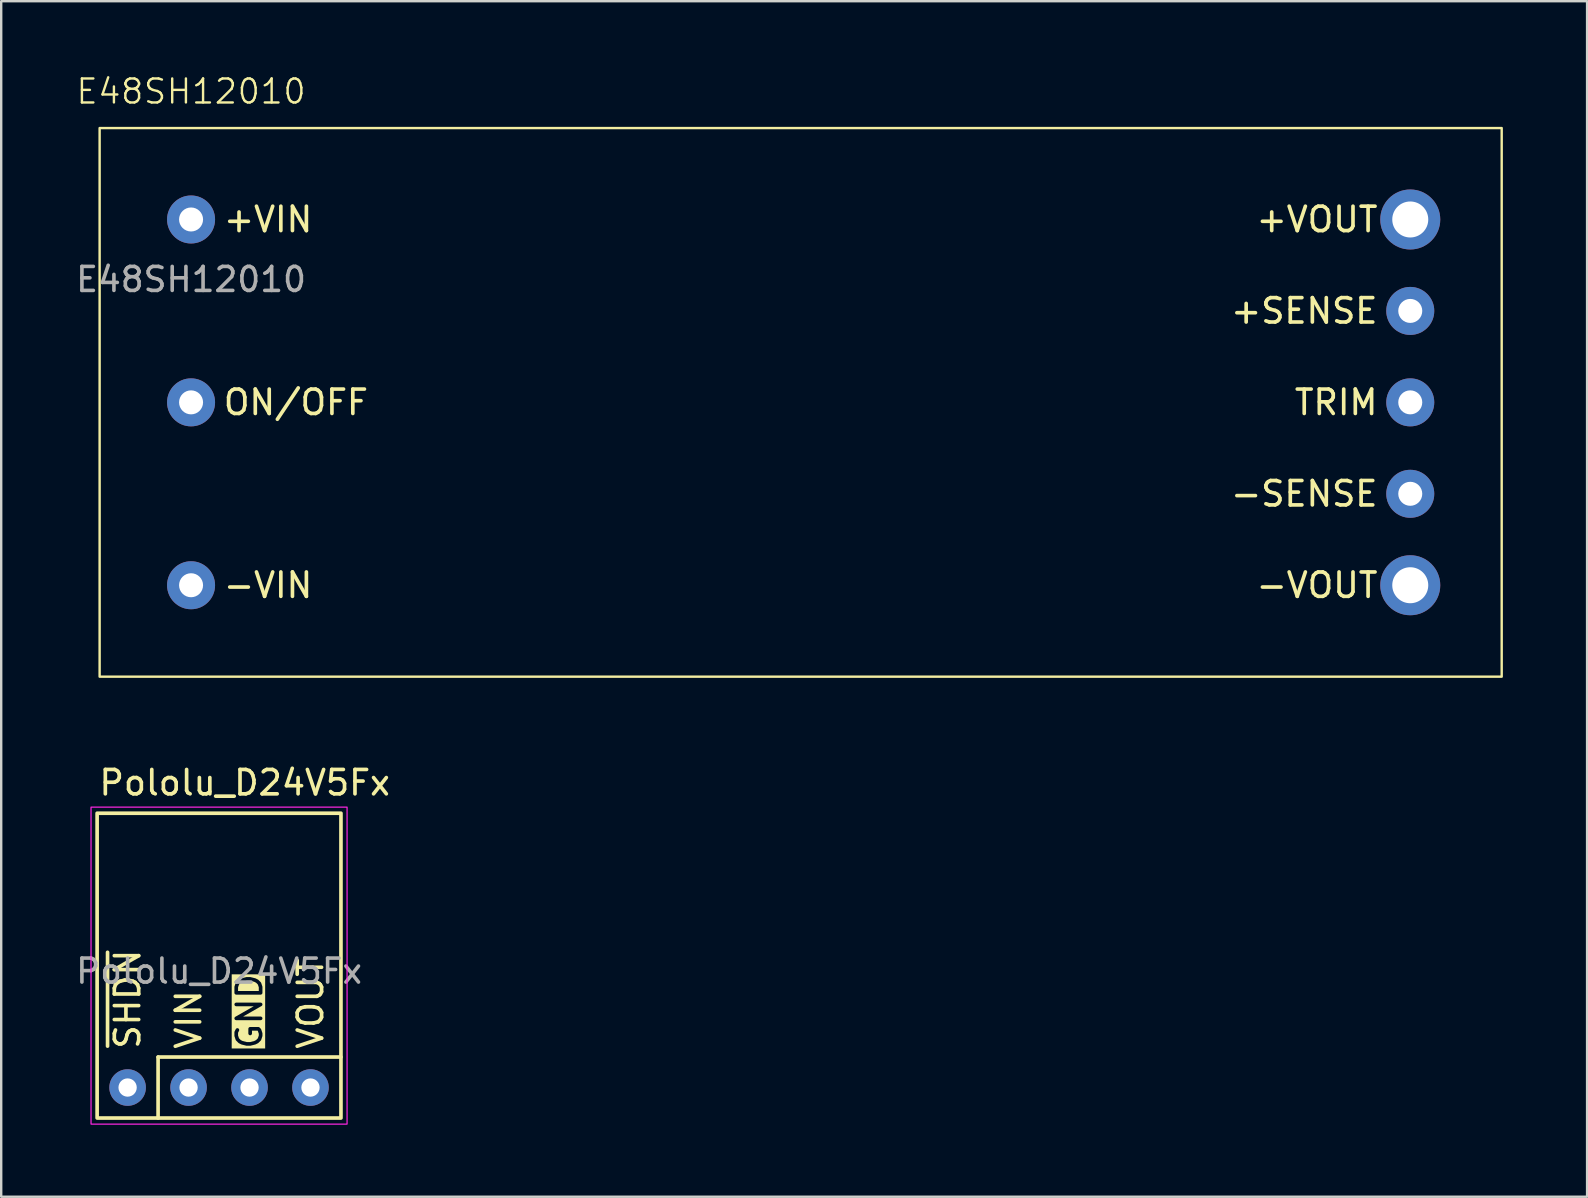
<source format=kicad_pcb>
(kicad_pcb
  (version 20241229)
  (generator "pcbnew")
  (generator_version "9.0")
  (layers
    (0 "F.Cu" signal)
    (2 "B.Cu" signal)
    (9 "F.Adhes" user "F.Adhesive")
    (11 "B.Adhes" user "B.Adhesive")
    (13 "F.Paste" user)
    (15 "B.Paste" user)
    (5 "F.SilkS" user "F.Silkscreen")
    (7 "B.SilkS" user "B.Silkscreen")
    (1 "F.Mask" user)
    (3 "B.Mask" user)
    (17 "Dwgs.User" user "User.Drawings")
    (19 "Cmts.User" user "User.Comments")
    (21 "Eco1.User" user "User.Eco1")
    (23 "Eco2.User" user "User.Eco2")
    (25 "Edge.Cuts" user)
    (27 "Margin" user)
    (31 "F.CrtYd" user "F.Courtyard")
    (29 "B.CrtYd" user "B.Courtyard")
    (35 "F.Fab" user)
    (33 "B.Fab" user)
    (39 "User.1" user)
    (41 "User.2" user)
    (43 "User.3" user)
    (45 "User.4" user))
  (footprint "E48SH12010"
    (layer "F.Cu")
    (at 4.911 6.095)
    (property "Reference" "E48SH12010" (at 0 -5.334 0) (unlocked yes) (layer "F.SilkS") (effects (font (size 1 1) (thickness 0.1))))
    (attr through_hole)
    (fp_rect (start -3.81 -3.81) (end 54.61 19.05) (stroke (width 0.1) (type default)) (fill no) (layer "F.SilkS"))
    (fp_rect (start -4.318 -4.318) (end 55.118 19.558) (stroke (width 0.1) (type default)) (fill no) (layer "Margin"))
    (fp_text user "-VOUT" (at 49.53 15.24 0) (unlocked yes) (layer "F.SilkS") (effects (font (size 1.016 1.016) (thickness 0.152)) (justify right)))
    (fp_text user "-VIN" (at 1.27 15.24 0) (unlocked yes) (layer "F.SilkS") (effects (font (size 1.016 1.016) (thickness 0.152)) (justify left)))
    (fp_text user "+SENSE" (at 49.53 3.81 0) (unlocked yes) (layer "F.SilkS") (effects (font (size 1.016 1.016) (thickness 0.152)) (justify right)))
    (fp_text user "+VOUT" (at 49.53 0 0) (unlocked yes) (layer "F.SilkS") (effects (font (size 1.016 1.016) (thickness 0.152)) (justify right)))
    (fp_text user "-SENSE" (at 49.53 11.43 0) (unlocked yes) (layer "F.SilkS") (effects (font (size 1.016 1.016) (thickness 0.152)) (justify right)))
    (fp_text user "TRIM" (at 49.53 7.62 0) (unlocked yes) (layer "F.SilkS") (effects (font (size 1.016 1.016) (thickness 0.152)) (justify right)))
    (fp_text user "ON/OFF" (at 1.27 7.62 0) (unlocked yes) (layer "F.SilkS") (effects (font (size 1.016 1.016) (thickness 0.152)) (justify left)))
    (fp_text user "+VIN" (at 1.27 0 0) (unlocked yes) (layer "F.SilkS") (effects (font (size 1.016 1.016) (thickness 0.152)) (justify left)))
    (fp_text user "${REFERENCE}" (at 0 2.5 0) (unlocked yes) (layer "F.Fab") (effects (font (size 1 1) (thickness 0.15))))
    (pad "1" thru_hole circle (at 0 0) (size 2 2) (drill 1) (layers "*.Cu" "*.Mask"))
    (pad "2" thru_hole circle (at 0 7.62) (size 2 2) (drill 1) (layers "*.Cu" "*.Mask"))
    (pad "3" thru_hole circle (at 0 15.24) (size 2 2) (drill 1) (layers "*.Cu" "*.Mask"))
    (pad "4" thru_hole circle (at 50.8 15.24) (size 2.5 2.5) (drill 1.5) (layers "*.Cu" "*.Mask"))
    (pad "5" thru_hole circle (at 50.8 11.43) (size 2 2) (drill 1) (layers "*.Cu" "*.Mask"))
    (pad "6" thru_hole circle (at 50.8 7.62) (size 2 2) (drill 1) (layers "*.Cu" "*.Mask"))
    (pad "7" thru_hole circle (at 50.8 3.81) (size 2 2) (drill 1) (layers "*.Cu" "*.Mask"))
    (pad "8" thru_hole circle (at 50.8 0) (size 2.5 2.5) (drill 1.5) (layers "*.Cu" "*.Mask")))
  (footprint "Pololu_D24V5Fx"
    (layer "F.Cu")
    (at 2.267 42.264)
    (property "Reference" "Pololu_D24V5Fx" (at -1.27 -12.7 0) (unlocked yes) (layer "F.SilkS") (effects (font (size 1.016 1.016) (thickness 0.152)) (justify left)))
    (attr through_hole)
    (fp_line (start 1.27 -1.27) (end 8.89 -1.27) (stroke (width 0.152) (type default)) (layer "F.SilkS"))
    (fp_line (start 1.27 1.27) (end 1.27 -1.27) (stroke (width 0.152) (type default)) (layer "F.SilkS"))
    (fp_rect (start -1.27 -11.43) (end 8.89 1.27) (stroke (width 0.152) (type default)) (fill no) (layer "F.SilkS"))
    (fp_rect (start -1.524 -11.684) (end 9.144 1.524) (stroke (width 0.05) (type default)) (fill no) (layer "F.CrtYd"))
    (fp_text user "~{SHDN}" (at 0 -1.524 90) (unlocked yes) (layer "F.SilkS") (effects (font (size 1.016 1.016) (thickness 0.152)) (justify left)))
    (fp_text user "VIN" (at 2.54 -1.524 90) (unlocked yes) (layer "F.SilkS") (effects (font (size 1.016 1.016) (thickness 0.152)) (justify left)))
    (fp_text user "VOUT" (at 7.62 -1.524 90) (unlocked yes) (layer "F.SilkS") (effects (font (size 1.016 1.016) (thickness 0.152)) (justify left)))
    (fp_text user "GND" (at 5.08 -1.524 90) (unlocked yes) (layer "F.SilkS" knockout) (effects (font (size 1.016 1.016) (thickness 0.152)) (justify left)))
    (fp_text user "${REFERENCE}" (at 3.81 -4.85 0) (unlocked yes) (layer "F.Fab") (effects (font (size 1 1) (thickness 0.15))))
    (pad "1" thru_hole circle (at 0 0) (size 1.524 1.524) (drill 0.762) (layers "*.Cu" "*.Mask"))
    (pad "2" thru_hole circle (at 2.54 0) (size 1.524 1.524) (drill 0.762) (layers "*.Cu" "*.Mask"))
    (pad "3" thru_hole circle (at 5.08 0) (size 1.524 1.524) (drill 0.762) (layers "*.Cu" "*.Mask"))
    (pad "4" thru_hole circle (at 7.62 0) (size 1.524 1.524) (drill 0.762) (layers "*.Cu" "*.Mask")))
  (gr_rect
    (start -3 -3)
    (end 63.079 46.813)
    (stroke (width 0.1) (type default))
    (fill no)
    (layer "Edge.Cuts")))
</source>
